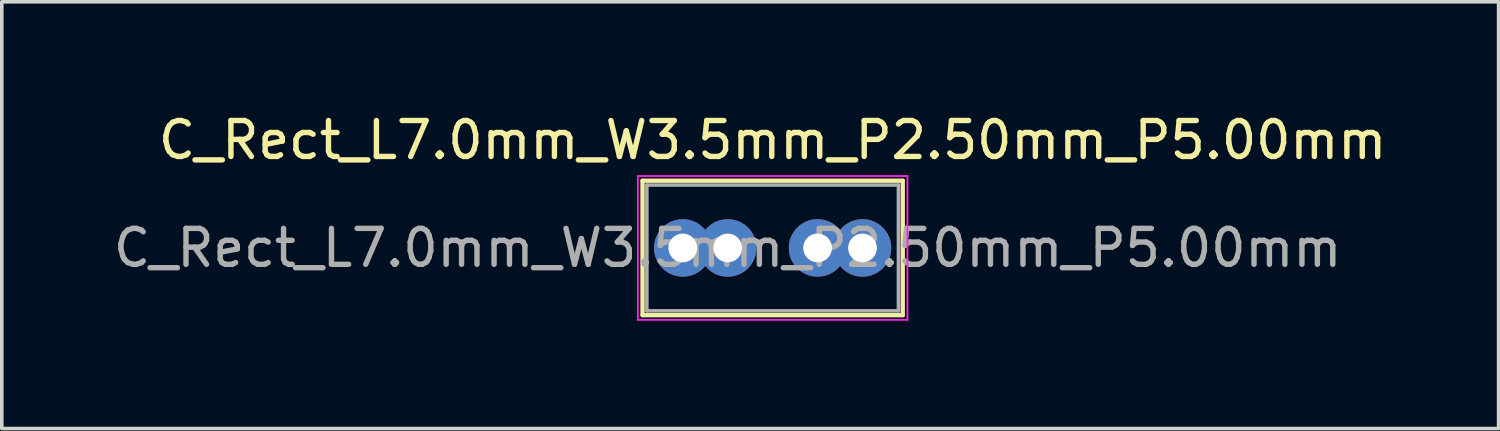
<source format=kicad_pcb>
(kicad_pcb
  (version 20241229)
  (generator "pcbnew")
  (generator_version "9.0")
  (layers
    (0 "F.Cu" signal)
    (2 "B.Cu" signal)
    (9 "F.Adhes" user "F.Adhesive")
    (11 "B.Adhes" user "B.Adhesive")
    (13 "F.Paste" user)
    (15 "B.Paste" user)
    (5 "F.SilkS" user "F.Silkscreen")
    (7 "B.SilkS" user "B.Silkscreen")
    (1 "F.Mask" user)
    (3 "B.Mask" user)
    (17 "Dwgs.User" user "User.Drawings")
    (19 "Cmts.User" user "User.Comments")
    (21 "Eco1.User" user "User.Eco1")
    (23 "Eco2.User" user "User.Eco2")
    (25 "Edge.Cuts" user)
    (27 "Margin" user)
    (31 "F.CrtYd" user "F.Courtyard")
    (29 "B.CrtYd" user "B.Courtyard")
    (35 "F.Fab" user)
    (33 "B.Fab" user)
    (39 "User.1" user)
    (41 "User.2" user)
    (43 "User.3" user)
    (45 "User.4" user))
  (footprint "C_Rect_L7.0mm_W3.5mm_P2.50mm_P5.00mm"
    (layer "F.Cu")
    (at 15.946 3.848)
    (property "Reference" "C_Rect_L7.0mm_W3.5mm_P2.50mm_P5.00mm" (at 2.5 -3 0) (layer "F.SilkS") (effects (font (size 1 1) (thickness 0.15))))
    (attr through_hole)
    (fp_line (start -1.12 -1.87) (end -1.12 1.87) (stroke (width 0.12) (type solid)) (layer "F.SilkS"))
    (fp_line (start -1.12 -1.87) (end 6.12 -1.87) (stroke (width 0.12) (type solid)) (layer "F.SilkS"))
    (fp_line (start -1.12 1.87) (end 6.12 1.87) (stroke (width 0.12) (type solid)) (layer "F.SilkS"))
    (fp_line (start 6.12 -1.87) (end 6.12 1.87) (stroke (width 0.12) (type solid)) (layer "F.SilkS"))
    (fp_line (start -1.25 -2) (end -1.25 2) (stroke (width 0.05) (type solid)) (layer "F.CrtYd"))
    (fp_line (start -1.25 2) (end 6.25 2) (stroke (width 0.05) (type solid)) (layer "F.CrtYd"))
    (fp_line (start 6.25 -2) (end -1.25 -2) (stroke (width 0.05) (type solid)) (layer "F.CrtYd"))
    (fp_line (start 6.25 2) (end 6.25 -2) (stroke (width 0.05) (type solid)) (layer "F.CrtYd"))
    (fp_line (start -1 -1.75) (end -1 1.75) (stroke (width 0.1) (type solid)) (layer "F.Fab"))
    (fp_line (start -1 1.75) (end 6 1.75) (stroke (width 0.1) (type solid)) (layer "F.Fab"))
    (fp_line (start 6 -1.75) (end -1 -1.75) (stroke (width 0.1) (type solid)) (layer "F.Fab"))
    (fp_line (start 6 1.75) (end 6 -1.75) (stroke (width 0.1) (type solid)) (layer "F.Fab"))
    (fp_text user "${REFERENCE}" (at 1.25 0 0) (layer "F.Fab") (effects (font (size 1 1) (thickness 0.15))))
    (pad "1" thru_hole circle (at 0 0) (size 1.6 1.6) (drill 0.8) (layers "*.Cu" "*.Mask"))
    (pad "1" thru_hole circle (at 1.25 0) (size 1.6 1.6) (drill 0.8) (layers "*.Cu" "*.Mask"))
    (pad "2" thru_hole circle (at 3.75 0) (size 1.6 1.6) (drill 0.8) (layers "*.Cu" "*.Mask"))
    (pad "2" thru_hole circle (at 5 0) (size 1.6 1.6) (drill 0.8) (layers "*.Cu" "*.Mask")))
  (gr_rect
    (start -3 -3)
    (end 38.643 8.873)
    (stroke (width 0.1) (type default))
    (fill no)
    (layer "Edge.Cuts")))
</source>
